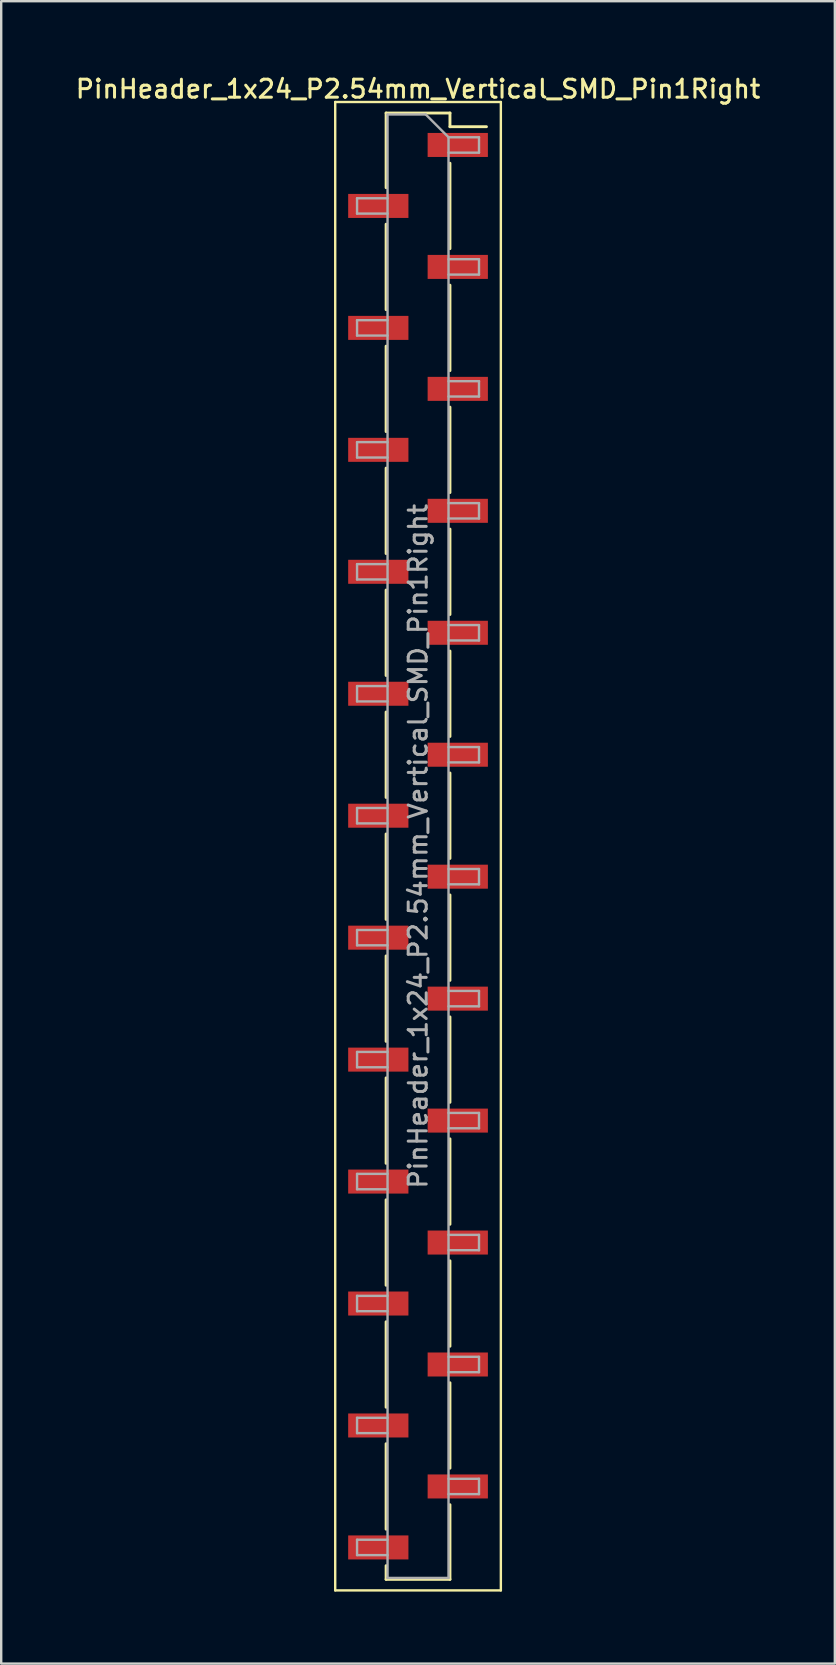
<source format=kicad_pcb>
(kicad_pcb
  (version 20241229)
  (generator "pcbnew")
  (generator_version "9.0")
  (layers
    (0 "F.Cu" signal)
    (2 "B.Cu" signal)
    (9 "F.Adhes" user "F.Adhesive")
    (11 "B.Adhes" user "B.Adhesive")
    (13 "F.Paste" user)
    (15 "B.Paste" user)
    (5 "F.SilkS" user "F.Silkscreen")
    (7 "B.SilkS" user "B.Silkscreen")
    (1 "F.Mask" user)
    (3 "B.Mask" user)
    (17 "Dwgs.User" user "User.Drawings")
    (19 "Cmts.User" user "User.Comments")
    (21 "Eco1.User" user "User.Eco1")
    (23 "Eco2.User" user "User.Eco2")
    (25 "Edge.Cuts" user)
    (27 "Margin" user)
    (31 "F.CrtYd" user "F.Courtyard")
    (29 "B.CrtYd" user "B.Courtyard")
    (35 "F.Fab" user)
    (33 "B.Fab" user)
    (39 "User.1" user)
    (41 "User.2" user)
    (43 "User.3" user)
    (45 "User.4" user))
  (footprint "PinHeader_1x24_P2.54mm_Vertical_SMD_Pin1Right"
    (layer "F.Cu")
    (at 14.363 32.198)
    (property "Reference" "PinHeader_1x24_P2.54mm_Vertical_SMD_Pin1Right" (at 0 -31.54 0) (layer "F.SilkS") (effects (font (size 0.75 0.75) (thickness 0.125))))
    (attr smd)
    (fp_line (start -3.45 -31) (end -3.45 31) (stroke (width 0.1) (type solid)) (layer "F.SilkS"))
    (fp_line (start -3.45 31) (end 3.45 31) (stroke (width 0.1) (type solid)) (layer "F.SilkS"))
    (fp_line (start -1.33 -30.54) (end -1.33 -27.43) (stroke (width 0.12) (type solid)) (layer "F.SilkS"))
    (fp_line (start -1.33 -30.54) (end 1.33 -30.54) (stroke (width 0.12) (type solid)) (layer "F.SilkS"))
    (fp_line (start -1.33 -25.91) (end -1.33 -22.35) (stroke (width 0.12) (type solid)) (layer "F.SilkS"))
    (fp_line (start -1.33 -20.83) (end -1.33 -17.27) (stroke (width 0.12) (type solid)) (layer "F.SilkS"))
    (fp_line (start -1.33 -15.75) (end -1.33 -12.19) (stroke (width 0.12) (type solid)) (layer "F.SilkS"))
    (fp_line (start -1.33 -10.67) (end -1.33 -7.11) (stroke (width 0.12) (type solid)) (layer "F.SilkS"))
    (fp_line (start -1.33 -5.59) (end -1.33 -2.03) (stroke (width 0.12) (type solid)) (layer "F.SilkS"))
    (fp_line (start -1.33 -0.51) (end -1.33 3.05) (stroke (width 0.12) (type solid)) (layer "F.SilkS"))
    (fp_line (start -1.33 4.57) (end -1.33 8.13) (stroke (width 0.12) (type solid)) (layer "F.SilkS"))
    (fp_line (start -1.33 9.65) (end -1.33 13.21) (stroke (width 0.12) (type solid)) (layer "F.SilkS"))
    (fp_line (start -1.33 14.73) (end -1.33 18.29) (stroke (width 0.12) (type solid)) (layer "F.SilkS"))
    (fp_line (start -1.33 19.81) (end -1.33 23.37) (stroke (width 0.12) (type solid)) (layer "F.SilkS"))
    (fp_line (start -1.33 24.89) (end -1.33 28.45) (stroke (width 0.12) (type solid)) (layer "F.SilkS"))
    (fp_line (start -1.33 29.97) (end -1.33 30.54) (stroke (width 0.12) (type solid)) (layer "F.SilkS"))
    (fp_line (start -1.33 30.54) (end 1.33 30.54) (stroke (width 0.12) (type solid)) (layer "F.SilkS"))
    (fp_line (start 1.33 -30.54) (end 1.33 -29.97) (stroke (width 0.12) (type solid)) (layer "F.SilkS"))
    (fp_line (start 1.33 -29.97) (end 2.85 -29.97) (stroke (width 0.12) (type solid)) (layer "F.SilkS"))
    (fp_line (start 1.33 -28.45) (end 1.33 -24.89) (stroke (width 0.12) (type solid)) (layer "F.SilkS"))
    (fp_line (start 1.33 -23.37) (end 1.33 -19.81) (stroke (width 0.12) (type solid)) (layer "F.SilkS"))
    (fp_line (start 1.33 -18.29) (end 1.33 -14.73) (stroke (width 0.12) (type solid)) (layer "F.SilkS"))
    (fp_line (start 1.33 -13.21) (end 1.33 -9.65) (stroke (width 0.12) (type solid)) (layer "F.SilkS"))
    (fp_line (start 1.33 -8.13) (end 1.33 -4.57) (stroke (width 0.12) (type solid)) (layer "F.SilkS"))
    (fp_line (start 1.33 -3.05) (end 1.33 0.51) (stroke (width 0.12) (type solid)) (layer "F.SilkS"))
    (fp_line (start 1.33 2.03) (end 1.33 5.59) (stroke (width 0.12) (type solid)) (layer "F.SilkS"))
    (fp_line (start 1.33 7.11) (end 1.33 10.67) (stroke (width 0.12) (type solid)) (layer "F.SilkS"))
    (fp_line (start 1.33 12.19) (end 1.33 15.75) (stroke (width 0.12) (type solid)) (layer "F.SilkS"))
    (fp_line (start 1.33 17.27) (end 1.33 20.83) (stroke (width 0.12) (type solid)) (layer "F.SilkS"))
    (fp_line (start 1.33 22.35) (end 1.33 25.91) (stroke (width 0.12) (type solid)) (layer "F.SilkS"))
    (fp_line (start 1.33 27.43) (end 1.33 30.54) (stroke (width 0.12) (type solid)) (layer "F.SilkS"))
    (fp_line (start 3.45 -31) (end -3.45 -31) (stroke (width 0.1) (type solid)) (layer "F.SilkS"))
    (fp_line (start 3.45 31) (end 3.45 -31) (stroke (width 0.1) (type solid)) (layer "F.SilkS"))
    (fp_line (start -2.54 -26.99) (end -2.54 -26.35) (stroke (width 0.1) (type solid)) (layer "F.Fab"))
    (fp_line (start -2.54 -26.35) (end -1.27 -26.35) (stroke (width 0.1) (type solid)) (layer "F.Fab"))
    (fp_line (start -2.54 -21.91) (end -2.54 -21.27) (stroke (width 0.1) (type solid)) (layer "F.Fab"))
    (fp_line (start -2.54 -21.27) (end -1.27 -21.27) (stroke (width 0.1) (type solid)) (layer "F.Fab"))
    (fp_line (start -2.54 -16.83) (end -2.54 -16.19) (stroke (width 0.1) (type solid)) (layer "F.Fab"))
    (fp_line (start -2.54 -16.19) (end -1.27 -16.19) (stroke (width 0.1) (type solid)) (layer "F.Fab"))
    (fp_line (start -2.54 -11.75) (end -2.54 -11.11) (stroke (width 0.1) (type solid)) (layer "F.Fab"))
    (fp_line (start -2.54 -11.11) (end -1.27 -11.11) (stroke (width 0.1) (type solid)) (layer "F.Fab"))
    (fp_line (start -2.54 -6.67) (end -2.54 -6.03) (stroke (width 0.1) (type solid)) (layer "F.Fab"))
    (fp_line (start -2.54 -6.03) (end -1.27 -6.03) (stroke (width 0.1) (type solid)) (layer "F.Fab"))
    (fp_line (start -2.54 -1.59) (end -2.54 -0.95) (stroke (width 0.1) (type solid)) (layer "F.Fab"))
    (fp_line (start -2.54 -0.95) (end -1.27 -0.95) (stroke (width 0.1) (type solid)) (layer "F.Fab"))
    (fp_line (start -2.54 3.49) (end -2.54 4.13) (stroke (width 0.1) (type solid)) (layer "F.Fab"))
    (fp_line (start -2.54 4.13) (end -1.27 4.13) (stroke (width 0.1) (type solid)) (layer "F.Fab"))
    (fp_line (start -2.54 8.57) (end -2.54 9.21) (stroke (width 0.1) (type solid)) (layer "F.Fab"))
    (fp_line (start -2.54 9.21) (end -1.27 9.21) (stroke (width 0.1) (type solid)) (layer "F.Fab"))
    (fp_line (start -2.54 13.65) (end -2.54 14.29) (stroke (width 0.1) (type solid)) (layer "F.Fab"))
    (fp_line (start -2.54 14.29) (end -1.27 14.29) (stroke (width 0.1) (type solid)) (layer "F.Fab"))
    (fp_line (start -2.54 18.73) (end -2.54 19.37) (stroke (width 0.1) (type solid)) (layer "F.Fab"))
    (fp_line (start -2.54 19.37) (end -1.27 19.37) (stroke (width 0.1) (type solid)) (layer "F.Fab"))
    (fp_line (start -2.54 23.81) (end -2.54 24.45) (stroke (width 0.1) (type solid)) (layer "F.Fab"))
    (fp_line (start -2.54 24.45) (end -1.27 24.45) (stroke (width 0.1) (type solid)) (layer "F.Fab"))
    (fp_line (start -2.54 28.89) (end -2.54 29.53) (stroke (width 0.1) (type solid)) (layer "F.Fab"))
    (fp_line (start -2.54 29.53) (end -1.27 29.53) (stroke (width 0.1) (type solid)) (layer "F.Fab"))
    (fp_line (start -1.27 -30.48) (end -1.27 30.48) (stroke (width 0.1) (type solid)) (layer "F.Fab"))
    (fp_line (start -1.27 -30.48) (end 0.32 -30.48) (stroke (width 0.1) (type solid)) (layer "F.Fab"))
    (fp_line (start -1.27 -26.99) (end -2.54 -26.99) (stroke (width 0.1) (type solid)) (layer "F.Fab"))
    (fp_line (start -1.27 -21.91) (end -2.54 -21.91) (stroke (width 0.1) (type solid)) (layer "F.Fab"))
    (fp_line (start -1.27 -16.83) (end -2.54 -16.83) (stroke (width 0.1) (type solid)) (layer "F.Fab"))
    (fp_line (start -1.27 -11.75) (end -2.54 -11.75) (stroke (width 0.1) (type solid)) (layer "F.Fab"))
    (fp_line (start -1.27 -6.67) (end -2.54 -6.67) (stroke (width 0.1) (type solid)) (layer "F.Fab"))
    (fp_line (start -1.27 -1.59) (end -2.54 -1.59) (stroke (width 0.1) (type solid)) (layer "F.Fab"))
    (fp_line (start -1.27 3.49) (end -2.54 3.49) (stroke (width 0.1) (type solid)) (layer "F.Fab"))
    (fp_line (start -1.27 8.57) (end -2.54 8.57) (stroke (width 0.1) (type solid)) (layer "F.Fab"))
    (fp_line (start -1.27 13.65) (end -2.54 13.65) (stroke (width 0.1) (type solid)) (layer "F.Fab"))
    (fp_line (start -1.27 18.73) (end -2.54 18.73) (stroke (width 0.1) (type solid)) (layer "F.Fab"))
    (fp_line (start -1.27 23.81) (end -2.54 23.81) (stroke (width 0.1) (type solid)) (layer "F.Fab"))
    (fp_line (start -1.27 28.89) (end -2.54 28.89) (stroke (width 0.1) (type solid)) (layer "F.Fab"))
    (fp_line (start 1.27 -29.53) (end 0.32 -30.48) (stroke (width 0.1) (type solid)) (layer "F.Fab"))
    (fp_line (start 1.27 -29.53) (end 2.54 -29.53) (stroke (width 0.1) (type solid)) (layer "F.Fab"))
    (fp_line (start 1.27 -24.45) (end 2.54 -24.45) (stroke (width 0.1) (type solid)) (layer "F.Fab"))
    (fp_line (start 1.27 -19.37) (end 2.54 -19.37) (stroke (width 0.1) (type solid)) (layer "F.Fab"))
    (fp_line (start 1.27 -14.29) (end 2.54 -14.29) (stroke (width 0.1) (type solid)) (layer "F.Fab"))
    (fp_line (start 1.27 -9.21) (end 2.54 -9.21) (stroke (width 0.1) (type solid)) (layer "F.Fab"))
    (fp_line (start 1.27 -4.13) (end 2.54 -4.13) (stroke (width 0.1) (type solid)) (layer "F.Fab"))
    (fp_line (start 1.27 0.95) (end 2.54 0.95) (stroke (width 0.1) (type solid)) (layer "F.Fab"))
    (fp_line (start 1.27 6.03) (end 2.54 6.03) (stroke (width 0.1) (type solid)) (layer "F.Fab"))
    (fp_line (start 1.27 11.11) (end 2.54 11.11) (stroke (width 0.1) (type solid)) (layer "F.Fab"))
    (fp_line (start 1.27 16.19) (end 2.54 16.19) (stroke (width 0.1) (type solid)) (layer "F.Fab"))
    (fp_line (start 1.27 21.27) (end 2.54 21.27) (stroke (width 0.1) (type solid)) (layer "F.Fab"))
    (fp_line (start 1.27 26.35) (end 2.54 26.35) (stroke (width 0.1) (type solid)) (layer "F.Fab"))
    (fp_line (start 1.27 30.48) (end -1.27 30.48) (stroke (width 0.1) (type solid)) (layer "F.Fab"))
    (fp_line (start 1.27 30.48) (end 1.27 -29.53) (stroke (width 0.1) (type solid)) (layer "F.Fab"))
    (fp_line (start 2.54 -29.53) (end 2.54 -28.89) (stroke (width 0.1) (type solid)) (layer "F.Fab"))
    (fp_line (start 2.54 -28.89) (end 1.27 -28.89) (stroke (width 0.1) (type solid)) (layer "F.Fab"))
    (fp_line (start 2.54 -24.45) (end 2.54 -23.81) (stroke (width 0.1) (type solid)) (layer "F.Fab"))
    (fp_line (start 2.54 -23.81) (end 1.27 -23.81) (stroke (width 0.1) (type solid)) (layer "F.Fab"))
    (fp_line (start 2.54 -19.37) (end 2.54 -18.73) (stroke (width 0.1) (type solid)) (layer "F.Fab"))
    (fp_line (start 2.54 -18.73) (end 1.27 -18.73) (stroke (width 0.1) (type solid)) (layer "F.Fab"))
    (fp_line (start 2.54 -14.29) (end 2.54 -13.65) (stroke (width 0.1) (type solid)) (layer "F.Fab"))
    (fp_line (start 2.54 -13.65) (end 1.27 -13.65) (stroke (width 0.1) (type solid)) (layer "F.Fab"))
    (fp_line (start 2.54 -9.21) (end 2.54 -8.57) (stroke (width 0.1) (type solid)) (layer "F.Fab"))
    (fp_line (start 2.54 -8.57) (end 1.27 -8.57) (stroke (width 0.1) (type solid)) (layer "F.Fab"))
    (fp_line (start 2.54 -4.13) (end 2.54 -3.49) (stroke (width 0.1) (type solid)) (layer "F.Fab"))
    (fp_line (start 2.54 -3.49) (end 1.27 -3.49) (stroke (width 0.1) (type solid)) (layer "F.Fab"))
    (fp_line (start 2.54 0.95) (end 2.54 1.59) (stroke (width 0.1) (type solid)) (layer "F.Fab"))
    (fp_line (start 2.54 1.59) (end 1.27 1.59) (stroke (width 0.1) (type solid)) (layer "F.Fab"))
    (fp_line (start 2.54 6.03) (end 2.54 6.67) (stroke (width 0.1) (type solid)) (layer "F.Fab"))
    (fp_line (start 2.54 6.67) (end 1.27 6.67) (stroke (width 0.1) (type solid)) (layer "F.Fab"))
    (fp_line (start 2.54 11.11) (end 2.54 11.75) (stroke (width 0.1) (type solid)) (layer "F.Fab"))
    (fp_line (start 2.54 11.75) (end 1.27 11.75) (stroke (width 0.1) (type solid)) (layer "F.Fab"))
    (fp_line (start 2.54 16.19) (end 2.54 16.83) (stroke (width 0.1) (type solid)) (layer "F.Fab"))
    (fp_line (start 2.54 16.83) (end 1.27 16.83) (stroke (width 0.1) (type solid)) (layer "F.Fab"))
    (fp_line (start 2.54 21.27) (end 2.54 21.91) (stroke (width 0.1) (type solid)) (layer "F.Fab"))
    (fp_line (start 2.54 21.91) (end 1.27 21.91) (stroke (width 0.1) (type solid)) (layer "F.Fab"))
    (fp_line (start 2.54 26.35) (end 2.54 26.99) (stroke (width 0.1) (type solid)) (layer "F.Fab"))
    (fp_line (start 2.54 26.99) (end 1.27 26.99) (stroke (width 0.1) (type solid)) (layer "F.Fab"))
    (fp_text user "${REFERENCE}" (at 0 0 90) (layer "F.Fab") (effects (font (size 0.75 0.75) (thickness 0.125))))
    (pad "1" smd rect (at 1.655 -29.21) (size 2.51 1) (layers "F.Cu" "F.Mask" "F.Paste"))
    (pad "2" smd rect (at -1.655 -26.67) (size 2.51 1) (layers "F.Cu" "F.Mask" "F.Paste"))
    (pad "3" smd rect (at 1.655 -24.13) (size 2.51 1) (layers "F.Cu" "F.Mask" "F.Paste"))
    (pad "4" smd rect (at -1.655 -21.59) (size 2.51 1) (layers "F.Cu" "F.Mask" "F.Paste"))
    (pad "5" smd rect (at 1.655 -19.05) (size 2.51 1) (layers "F.Cu" "F.Mask" "F.Paste"))
    (pad "6" smd rect (at -1.655 -16.51) (size 2.51 1) (layers "F.Cu" "F.Mask" "F.Paste"))
    (pad "7" smd rect (at 1.655 -13.97) (size 2.51 1) (layers "F.Cu" "F.Mask" "F.Paste"))
    (pad "8" smd rect (at -1.655 -11.43) (size 2.51 1) (layers "F.Cu" "F.Mask" "F.Paste"))
    (pad "9" smd rect (at 1.655 -8.89) (size 2.51 1) (layers "F.Cu" "F.Mask" "F.Paste"))
    (pad "10" smd rect (at -1.655 -6.35) (size 2.51 1) (layers "F.Cu" "F.Mask" "F.Paste"))
    (pad "11" smd rect (at 1.655 -3.81) (size 2.51 1) (layers "F.Cu" "F.Mask" "F.Paste"))
    (pad "12" smd rect (at -1.655 -1.27) (size 2.51 1) (layers "F.Cu" "F.Mask" "F.Paste"))
    (pad "13" smd rect (at 1.655 1.27) (size 2.51 1) (layers "F.Cu" "F.Mask" "F.Paste"))
    (pad "14" smd rect (at -1.655 3.81) (size 2.51 1) (layers "F.Cu" "F.Mask" "F.Paste"))
    (pad "15" smd rect (at 1.655 6.35) (size 2.51 1) (layers "F.Cu" "F.Mask" "F.Paste"))
    (pad "16" smd rect (at -1.655 8.89) (size 2.51 1) (layers "F.Cu" "F.Mask" "F.Paste"))
    (pad "17" smd rect (at 1.655 11.43) (size 2.51 1) (layers "F.Cu" "F.Mask" "F.Paste"))
    (pad "18" smd rect (at -1.655 13.97) (size 2.51 1) (layers "F.Cu" "F.Mask" "F.Paste"))
    (pad "19" smd rect (at 1.655 16.51) (size 2.51 1) (layers "F.Cu" "F.Mask" "F.Paste"))
    (pad "20" smd rect (at -1.655 19.05) (size 2.51 1) (layers "F.Cu" "F.Mask" "F.Paste"))
    (pad "21" smd rect (at 1.655 21.59) (size 2.51 1) (layers "F.Cu" "F.Mask" "F.Paste"))
    (pad "22" smd rect (at -1.655 24.13) (size 2.51 1) (layers "F.Cu" "F.Mask" "F.Paste"))
    (pad "23" smd rect (at 1.655 26.67) (size 2.51 1) (layers "F.Cu" "F.Mask" "F.Paste"))
    (pad "24" smd rect (at -1.655 29.21) (size 2.51 1) (layers "F.Cu" "F.Mask" "F.Paste")))
  (gr_rect
    (start -3 -3)
    (end 31.725 66.248)
    (stroke (width 0.1) (type default))
    (fill no)
    (layer "Edge.Cuts")))
</source>
